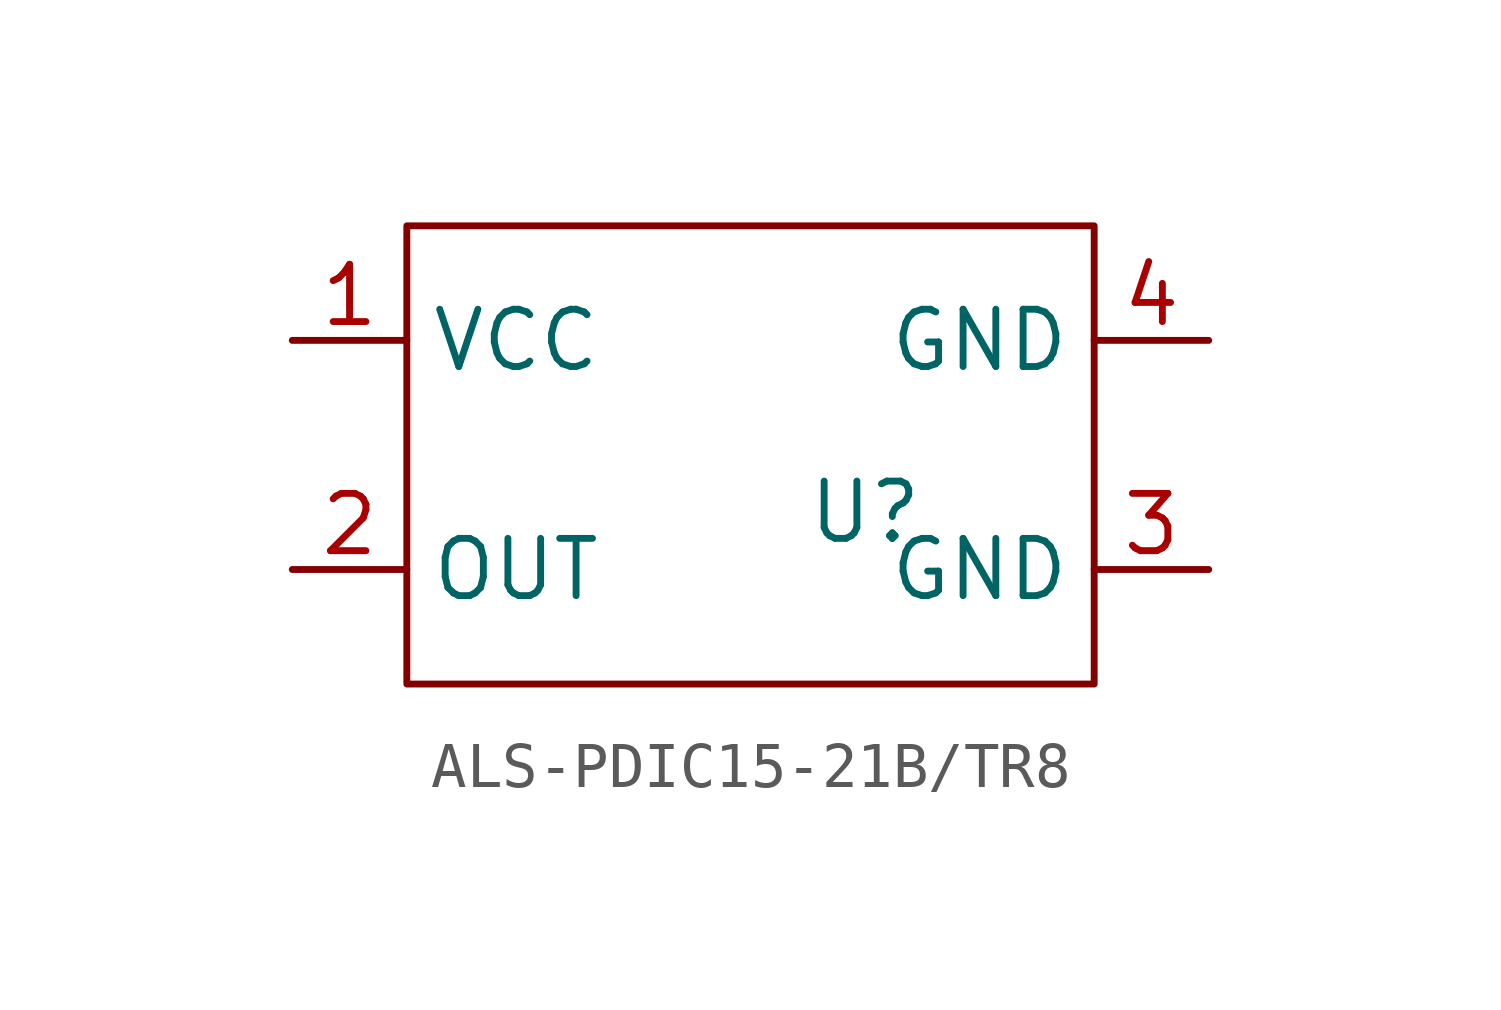
<source format=kicad_sym>
(kicad_symbol_lib
  (version 20220914)
  (generator kicad_symbol_editor)
  (symbol "ALS-PDIC15-21B/TR8"
    (property "Reference" "U"
      (at 2.54 -1.27 0)
      (effects (font (size 1.27 1.27))))
    (property "Value" ""
      (at 2.54 -1.27 0)
      (effects (font (size 1.27 1.27))))
    (symbol "ALS-PDIC15-21B/TR8_0_1"
      (polyline (pts (xy -7.62 5.08) (xy -7.62 -5.08) (xy 7.62 -5.08) (xy 7.62 5.08) (xy -7.62 5.08)) (stroke (width 0) (type default)) (fill (type none))))
    (symbol "ALS-PDIC15-21B/TR8_1_1"
      (pin input line (at -10.16 2.54 0) (length 2.54) (name "VCC" (effects (font (size 1.27 1.27)))) (number "1" (effects (font (size 1.27 1.27)))))
      (pin output line (at -10.16 -2.54 0) (length 2.54) (name "OUT" (effects (font (size 1.27 1.27)))) (number "2" (effects (font (size 1.27 1.27)))))
      (pin input line (at 10.16 -2.54 180) (length 2.54) (name "GND" (effects (font (size 1.27 1.27)))) (number "3" (effects (font (size 1.27 1.27)))))
      (pin input line (at 10.16 2.54 180) (length 2.54) (name "GND" (effects (font (size 1.27 1.27)))) (number "4" (effects (font (size 1.27 1.27))))))))
</source>
